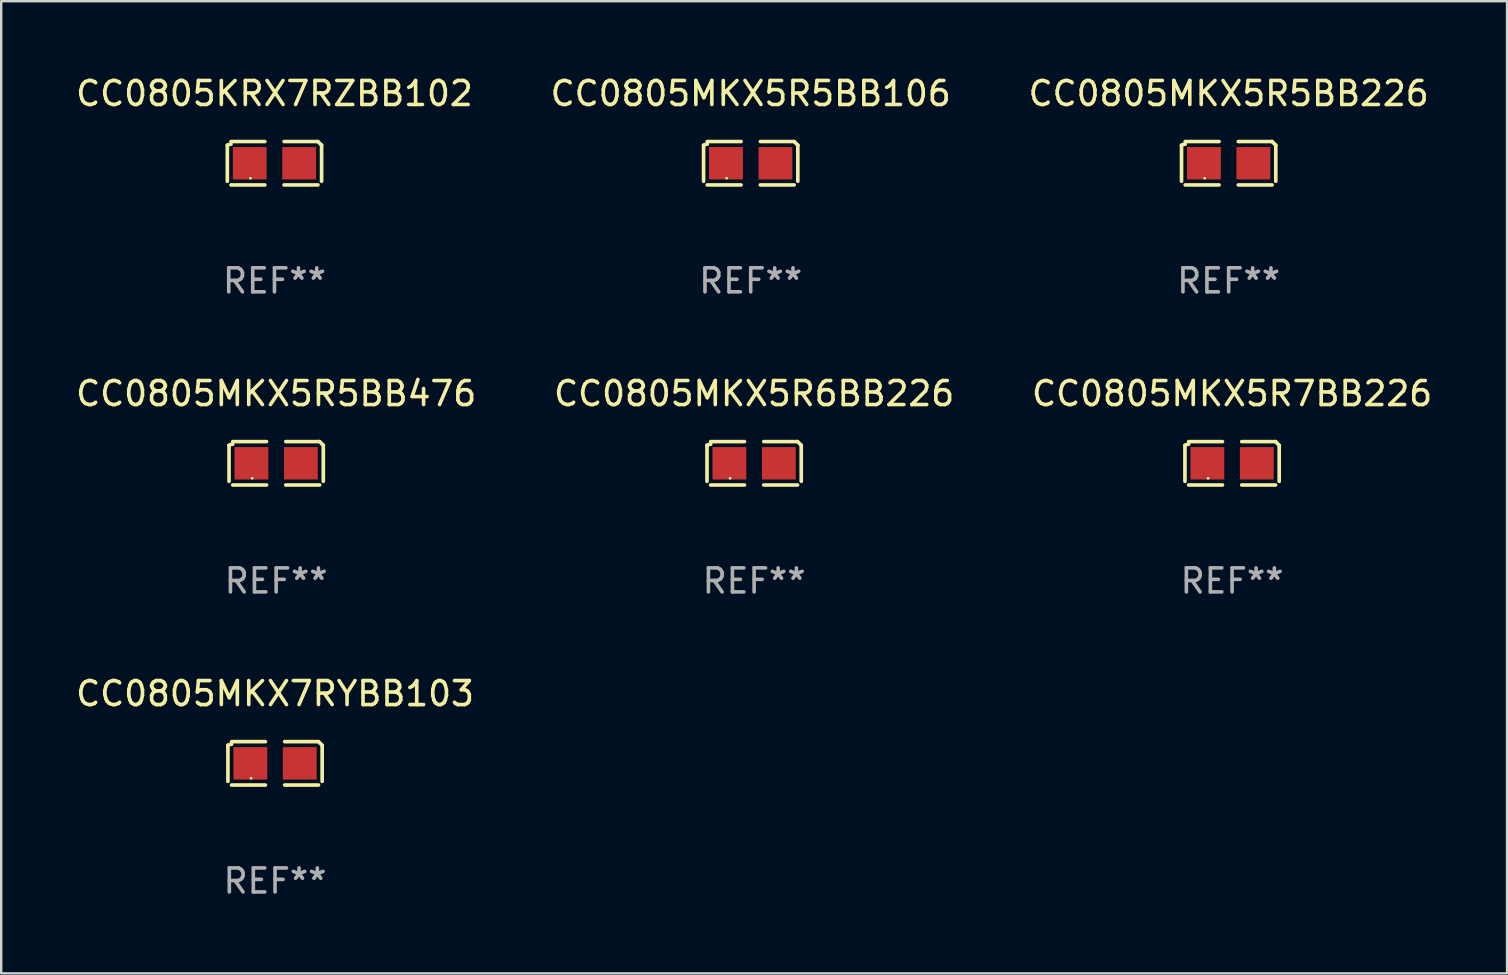
<source format=kicad_pcb>
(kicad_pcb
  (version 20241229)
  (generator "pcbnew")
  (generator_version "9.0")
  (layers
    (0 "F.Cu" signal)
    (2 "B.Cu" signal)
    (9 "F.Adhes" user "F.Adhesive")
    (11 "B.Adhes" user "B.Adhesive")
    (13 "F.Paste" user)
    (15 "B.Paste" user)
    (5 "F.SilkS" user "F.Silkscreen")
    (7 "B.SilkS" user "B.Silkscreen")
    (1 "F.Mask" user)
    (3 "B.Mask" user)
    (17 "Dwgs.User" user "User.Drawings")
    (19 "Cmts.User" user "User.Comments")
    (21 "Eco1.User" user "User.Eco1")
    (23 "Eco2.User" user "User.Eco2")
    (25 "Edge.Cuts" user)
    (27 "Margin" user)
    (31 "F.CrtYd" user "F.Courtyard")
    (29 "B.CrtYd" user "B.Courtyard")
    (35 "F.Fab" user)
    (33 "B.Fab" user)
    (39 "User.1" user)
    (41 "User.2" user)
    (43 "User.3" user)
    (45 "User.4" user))
  (footprint "CC0805MKX7RYBB103"
    (layer "F.Cu")
    (at 8.411 28.759)
    (property "Reference" "CC0805MKX7RYBB103" (at 0 -2.904 0) (layer "F.SilkS") (effects (font (size 1 1) (thickness 0.15))))
    (attr through_hole)
    (fp_line (start -1.964 0.751) (end -1.964 -0.751) (stroke (width 0.152) (type solid)) (layer "F.SilkS"))
    (fp_line (start -1.811 -0.904) (end -0.401 -0.904) (stroke (width 0.152) (type solid)) (layer "F.SilkS"))
    (fp_line (start -0.401 0.904) (end -1.811 0.904) (stroke (width 0.152) (type solid)) (layer "F.SilkS"))
    (fp_line (start 0.401 0.904) (end 1.811 0.904) (stroke (width 0.152) (type solid)) (layer "F.SilkS"))
    (fp_line (start 1.811 -0.904) (end 0.401 -0.904) (stroke (width 0.152) (type solid)) (layer "F.SilkS"))
    (fp_line (start 1.964 0.751) (end 1.964 -0.751) (stroke (width 0.152) (type solid)) (layer "F.SilkS"))
    (fp_arc (start -1.963602 -0.751207) (mid -1.890354 -0.783131) (end -1.811201 -0.794044) (stroke (width 0.1524) (type solid)) (layer "F.SilkS"))
    (fp_arc (start 1.811202 -0.903607) (mid 1.887413 -0.827418) (end 1.963602 -0.751207) (stroke (width 0.1524) (type solid)) (layer "F.SilkS"))
    (fp_circle (center -1 0.625) (end -0.97 0.625) (stroke (width 0.06) (type solid)) (fill no) (layer "F.SilkS"))
    (fp_text user "REF**" (at 0 4.904 0) (layer "F.Fab") (effects (font (size 1 1) (thickness 0.15))))
    (pad "1" smd rect (at -1.03 0) (size 1.41 1.35) (layers "F.Cu" "F.Mask" "F.Paste"))
    (pad "2" smd rect (at 1.03 0) (size 1.41 1.35) (layers "F.Cu" "F.Mask" "F.Paste")))
  (footprint "CC0805MKX5R5BB106"
    (layer "F.Cu")
    (at 28.232 3.752)
    (property "Reference" "CC0805MKX5R5BB106" (at 0 -2.904 0) (layer "F.SilkS") (effects (font (size 1 1) (thickness 0.15))))
    (attr through_hole)
    (fp_line (start -1.964 0.751) (end -1.964 -0.751) (stroke (width 0.152) (type solid)) (layer "F.SilkS"))
    (fp_line (start -1.811 -0.904) (end -0.401 -0.904) (stroke (width 0.152) (type solid)) (layer "F.SilkS"))
    (fp_line (start -0.401 0.904) (end -1.811 0.904) (stroke (width 0.152) (type solid)) (layer "F.SilkS"))
    (fp_line (start 0.401 0.904) (end 1.811 0.904) (stroke (width 0.152) (type solid)) (layer "F.SilkS"))
    (fp_line (start 1.811 -0.904) (end 0.401 -0.904) (stroke (width 0.152) (type solid)) (layer "F.SilkS"))
    (fp_line (start 1.964 0.751) (end 1.964 -0.751) (stroke (width 0.152) (type solid)) (layer "F.SilkS"))
    (fp_arc (start -1.963602 -0.751207) (mid -1.890354 -0.783131) (end -1.811201 -0.794044) (stroke (width 0.1524) (type solid)) (layer "F.SilkS"))
    (fp_arc (start 1.811202 -0.903607) (mid 1.887413 -0.827418) (end 1.963602 -0.751207) (stroke (width 0.1524) (type solid)) (layer "F.SilkS"))
    (fp_circle (center -1 0.625) (end -0.97 0.625) (stroke (width 0.06) (type solid)) (fill no) (layer "F.SilkS"))
    (fp_text user "REF**" (at 0 4.904 0) (layer "F.Fab") (effects (font (size 1 1) (thickness 0.15))))
    (pad "1" smd rect (at -1.03 0) (size 1.41 1.35) (layers "F.Cu" "F.Mask" "F.Paste"))
    (pad "2" smd rect (at 1.03 0) (size 1.41 1.35) (layers "F.Cu" "F.Mask" "F.Paste")))
  (footprint "CC0805MKX5R5BB226"
    (layer "F.Cu")
    (at 48.149 3.752)
    (property "Reference" "CC0805MKX5R5BB226" (at 0 -2.904 0) (layer "F.SilkS") (effects (font (size 1 1) (thickness 0.15))))
    (attr through_hole)
    (fp_line (start -1.964 0.751) (end -1.964 -0.751) (stroke (width 0.152) (type solid)) (layer "F.SilkS"))
    (fp_line (start -1.811 -0.904) (end -0.401 -0.904) (stroke (width 0.152) (type solid)) (layer "F.SilkS"))
    (fp_line (start -0.401 0.904) (end -1.811 0.904) (stroke (width 0.152) (type solid)) (layer "F.SilkS"))
    (fp_line (start 0.401 0.904) (end 1.811 0.904) (stroke (width 0.152) (type solid)) (layer "F.SilkS"))
    (fp_line (start 1.811 -0.904) (end 0.401 -0.904) (stroke (width 0.152) (type solid)) (layer "F.SilkS"))
    (fp_line (start 1.964 0.751) (end 1.964 -0.751) (stroke (width 0.152) (type solid)) (layer "F.SilkS"))
    (fp_arc (start -1.963602 -0.751207) (mid -1.890354 -0.783131) (end -1.811201 -0.794044) (stroke (width 0.1524) (type solid)) (layer "F.SilkS"))
    (fp_arc (start 1.811202 -0.903607) (mid 1.887413 -0.827418) (end 1.963602 -0.751207) (stroke (width 0.1524) (type solid)) (layer "F.SilkS"))
    (fp_circle (center -1 0.625) (end -0.97 0.625) (stroke (width 0.06) (type solid)) (fill no) (layer "F.SilkS"))
    (fp_text user "REF**" (at 0 4.904 0) (layer "F.Fab") (effects (font (size 1 1) (thickness 0.15))))
    (pad "1" smd rect (at -1.03 0) (size 1.41 1.35) (layers "F.Cu" "F.Mask" "F.Paste"))
    (pad "2" smd rect (at 1.03 0) (size 1.41 1.35) (layers "F.Cu" "F.Mask" "F.Paste")))
  (footprint "CC0805MKX5R5BB476"
    (layer "F.Cu")
    (at 8.458 16.256)
    (property "Reference" "CC0805MKX5R5BB476" (at 0 -2.904 0) (layer "F.SilkS") (effects (font (size 1 1) (thickness 0.15))))
    (attr through_hole)
    (fp_line (start -1.964 0.751) (end -1.964 -0.751) (stroke (width 0.152) (type solid)) (layer "F.SilkS"))
    (fp_line (start -1.811 -0.904) (end -0.401 -0.904) (stroke (width 0.152) (type solid)) (layer "F.SilkS"))
    (fp_line (start -0.401 0.904) (end -1.811 0.904) (stroke (width 0.152) (type solid)) (layer "F.SilkS"))
    (fp_line (start 0.401 0.904) (end 1.811 0.904) (stroke (width 0.152) (type solid)) (layer "F.SilkS"))
    (fp_line (start 1.811 -0.904) (end 0.401 -0.904) (stroke (width 0.152) (type solid)) (layer "F.SilkS"))
    (fp_line (start 1.964 0.751) (end 1.964 -0.751) (stroke (width 0.152) (type solid)) (layer "F.SilkS"))
    (fp_arc (start -1.963602 -0.751207) (mid -1.890354 -0.783131) (end -1.811201 -0.794044) (stroke (width 0.1524) (type solid)) (layer "F.SilkS"))
    (fp_arc (start 1.811202 -0.903607) (mid 1.887413 -0.827418) (end 1.963602 -0.751207) (stroke (width 0.1524) (type solid)) (layer "F.SilkS"))
    (fp_circle (center -1 0.625) (end -0.97 0.625) (stroke (width 0.06) (type solid)) (fill no) (layer "F.SilkS"))
    (fp_text user "REF**" (at 0 4.904 0) (layer "F.Fab") (effects (font (size 1 1) (thickness 0.15))))
    (pad "1" smd rect (at -1.03 0) (size 1.41 1.35) (layers "F.Cu" "F.Mask" "F.Paste"))
    (pad "2" smd rect (at 1.03 0) (size 1.41 1.35) (layers "F.Cu" "F.Mask" "F.Paste")))
  (footprint "CC0805KRX7RZBB102"
    (layer "F.Cu")
    (at 8.387 3.752)
    (property "Reference" "CC0805KRX7RZBB102" (at 0 -2.904 0) (layer "F.SilkS") (effects (font (size 1 1) (thickness 0.15))))
    (attr through_hole)
    (fp_line (start -1.964 0.751) (end -1.964 -0.751) (stroke (width 0.152) (type solid)) (layer "F.SilkS"))
    (fp_line (start -1.811 -0.904) (end -0.401 -0.904) (stroke (width 0.152) (type solid)) (layer "F.SilkS"))
    (fp_line (start -0.401 0.904) (end -1.811 0.904) (stroke (width 0.152) (type solid)) (layer "F.SilkS"))
    (fp_line (start 0.401 0.904) (end 1.811 0.904) (stroke (width 0.152) (type solid)) (layer "F.SilkS"))
    (fp_line (start 1.811 -0.904) (end 0.401 -0.904) (stroke (width 0.152) (type solid)) (layer "F.SilkS"))
    (fp_line (start 1.964 0.751) (end 1.964 -0.751) (stroke (width 0.152) (type solid)) (layer "F.SilkS"))
    (fp_arc (start -1.963602 -0.751207) (mid -1.890354 -0.783131) (end -1.811201 -0.794044) (stroke (width 0.1524) (type solid)) (layer "F.SilkS"))
    (fp_arc (start 1.811202 -0.903607) (mid 1.887413 -0.827418) (end 1.963602 -0.751207) (stroke (width 0.1524) (type solid)) (layer "F.SilkS"))
    (fp_circle (center -1 0.625) (end -0.97 0.625) (stroke (width 0.06) (type solid)) (fill no) (layer "F.SilkS"))
    (fp_text user "REF**" (at 0 4.904 0) (layer "F.Fab") (effects (font (size 1 1) (thickness 0.15))))
    (pad "1" smd rect (at -1.03 0) (size 1.41 1.35) (layers "F.Cu" "F.Mask" "F.Paste"))
    (pad "2" smd rect (at 1.03 0) (size 1.41 1.35) (layers "F.Cu" "F.Mask" "F.Paste")))
  (footprint "CC0805MKX5R6BB226"
    (layer "F.Cu")
    (at 28.375 16.256)
    (property "Reference" "CC0805MKX5R6BB226" (at 0 -2.904 0) (layer "F.SilkS") (effects (font (size 1 1) (thickness 0.15))))
    (attr through_hole)
    (fp_line (start -1.964 0.751) (end -1.964 -0.751) (stroke (width 0.152) (type solid)) (layer "F.SilkS"))
    (fp_line (start -1.811 -0.904) (end -0.401 -0.904) (stroke (width 0.152) (type solid)) (layer "F.SilkS"))
    (fp_line (start -0.401 0.904) (end -1.811 0.904) (stroke (width 0.152) (type solid)) (layer "F.SilkS"))
    (fp_line (start 0.401 0.904) (end 1.811 0.904) (stroke (width 0.152) (type solid)) (layer "F.SilkS"))
    (fp_line (start 1.811 -0.904) (end 0.401 -0.904) (stroke (width 0.152) (type solid)) (layer "F.SilkS"))
    (fp_line (start 1.964 0.751) (end 1.964 -0.751) (stroke (width 0.152) (type solid)) (layer "F.SilkS"))
    (fp_arc (start -1.963602 -0.751207) (mid -1.890354 -0.783131) (end -1.811201 -0.794044) (stroke (width 0.1524) (type solid)) (layer "F.SilkS"))
    (fp_arc (start 1.811202 -0.903607) (mid 1.887413 -0.827418) (end 1.963602 -0.751207) (stroke (width 0.1524) (type solid)) (layer "F.SilkS"))
    (fp_circle (center -1 0.625) (end -0.97 0.625) (stroke (width 0.06) (type solid)) (fill no) (layer "F.SilkS"))
    (fp_text user "REF**" (at 0 4.904 0) (layer "F.Fab") (effects (font (size 1 1) (thickness 0.15))))
    (pad "1" smd rect (at -1.03 0) (size 1.41 1.35) (layers "F.Cu" "F.Mask" "F.Paste"))
    (pad "2" smd rect (at 1.03 0) (size 1.41 1.35) (layers "F.Cu" "F.Mask" "F.Paste")))
  (footprint "CC0805MKX5R7BB226"
    (layer "F.Cu")
    (at 48.292 16.256)
    (property "Reference" "CC0805MKX5R7BB226" (at 0 -2.904 0) (layer "F.SilkS") (effects (font (size 1 1) (thickness 0.15))))
    (attr through_hole)
    (fp_line (start -1.964 0.751) (end -1.964 -0.751) (stroke (width 0.152) (type solid)) (layer "F.SilkS"))
    (fp_line (start -1.811 -0.904) (end -0.401 -0.904) (stroke (width 0.152) (type solid)) (layer "F.SilkS"))
    (fp_line (start -0.401 0.904) (end -1.811 0.904) (stroke (width 0.152) (type solid)) (layer "F.SilkS"))
    (fp_line (start 0.401 0.904) (end 1.811 0.904) (stroke (width 0.152) (type solid)) (layer "F.SilkS"))
    (fp_line (start 1.811 -0.904) (end 0.401 -0.904) (stroke (width 0.152) (type solid)) (layer "F.SilkS"))
    (fp_line (start 1.964 0.751) (end 1.964 -0.751) (stroke (width 0.152) (type solid)) (layer "F.SilkS"))
    (fp_arc (start -1.963602 -0.751207) (mid -1.890354 -0.783131) (end -1.811201 -0.794044) (stroke (width 0.1524) (type solid)) (layer "F.SilkS"))
    (fp_arc (start 1.811202 -0.903607) (mid 1.887413 -0.827418) (end 1.963602 -0.751207) (stroke (width 0.1524) (type solid)) (layer "F.SilkS"))
    (fp_circle (center -1 0.625) (end -0.97 0.625) (stroke (width 0.06) (type solid)) (fill no) (layer "F.SilkS"))
    (fp_text user "REF**" (at 0 4.904 0) (layer "F.Fab") (effects (font (size 1 1) (thickness 0.15))))
    (pad "1" smd rect (at -1.03 0) (size 1.41 1.35) (layers "F.Cu" "F.Mask" "F.Paste"))
    (pad "2" smd rect (at 1.03 0) (size 1.41 1.35) (layers "F.Cu" "F.Mask" "F.Paste")))
  (gr_rect
    (start -3 -3)
    (end 59.75 37.511)
    (stroke (width 0.1) (type default))
    (fill no)
    (layer "Edge.Cuts")))
</source>
